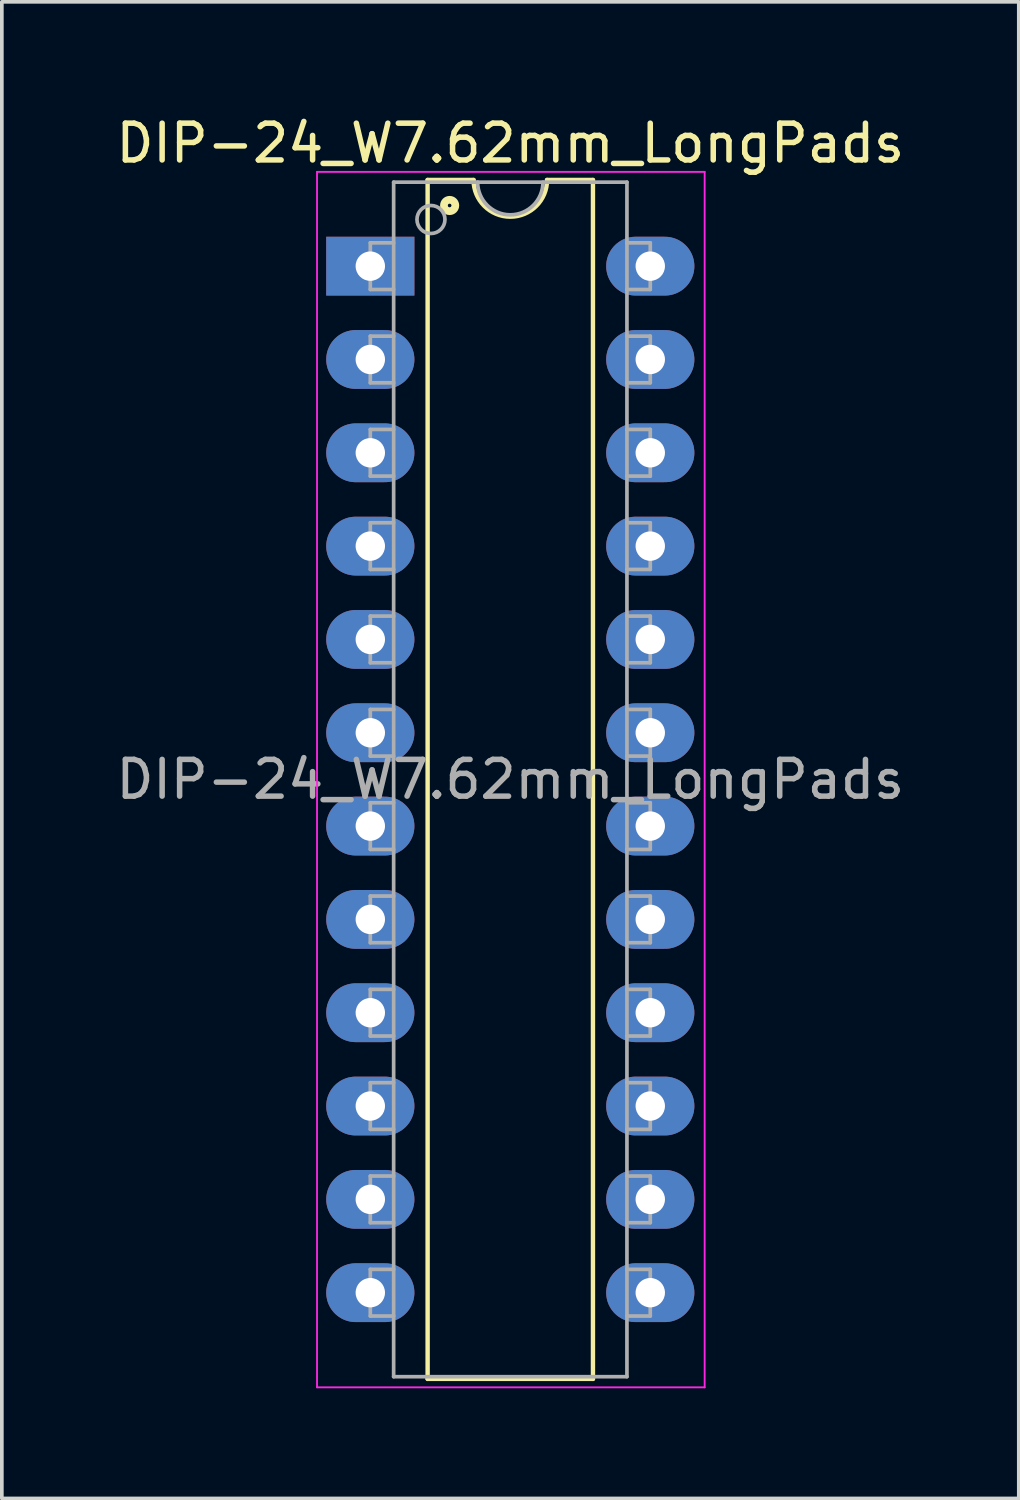
<source format=kicad_pcb>
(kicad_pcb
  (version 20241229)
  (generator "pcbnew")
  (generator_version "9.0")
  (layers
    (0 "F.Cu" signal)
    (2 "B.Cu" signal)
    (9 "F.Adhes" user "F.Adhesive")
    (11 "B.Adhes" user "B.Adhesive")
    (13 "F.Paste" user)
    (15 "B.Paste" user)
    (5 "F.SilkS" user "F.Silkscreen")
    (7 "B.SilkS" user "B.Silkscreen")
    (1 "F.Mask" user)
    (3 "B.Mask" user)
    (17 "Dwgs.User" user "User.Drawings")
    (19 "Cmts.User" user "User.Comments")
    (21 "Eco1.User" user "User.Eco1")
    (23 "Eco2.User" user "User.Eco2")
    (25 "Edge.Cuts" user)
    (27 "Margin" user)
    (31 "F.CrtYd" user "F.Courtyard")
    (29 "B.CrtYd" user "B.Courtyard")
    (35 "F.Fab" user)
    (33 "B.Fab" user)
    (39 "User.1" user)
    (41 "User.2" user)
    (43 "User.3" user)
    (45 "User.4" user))
  (footprint "DIP-24_W7.62mm_LongPads"
    (layer "F.Cu")
    (at 7.029 4.194)
    (property "Reference" "DIP-24_W7.62mm_LongPads" (at 3.81 -3.346 0) (layer "F.SilkS") (effects (font (size 1 1) (thickness 0.15))))
    (attr through_hole)
    (fp_line (start 1.56 -2.346) (end 1.56 30.286) (stroke (width 0.12) (type solid)) (layer "F.SilkS"))
    (fp_line (start 1.56 30.286) (end 6.06 30.286) (stroke (width 0.12) (type solid)) (layer "F.SilkS"))
    (fp_line (start 2.81 -2.346) (end 1.56 -2.346) (stroke (width 0.12) (type solid)) (layer "F.SilkS"))
    (fp_line (start 6.06 -2.346) (end 4.81 -2.346) (stroke (width 0.12) (type solid)) (layer "F.SilkS"))
    (fp_line (start 6.06 30.286) (end 6.06 -2.346) (stroke (width 0.12) (type solid)) (layer "F.SilkS"))
    (fp_arc (start 4.81 -2.346) (mid 3.81 -1.346) (end 2.81 -2.346) (stroke (width 0.12) (type solid)) (layer "F.SilkS"))
    (fp_circle (center 2.159 -1.651) (end 2.209 -1.651) (stroke (width 0.12) (type solid)) (fill no) (layer "F.SilkS"))
    (fp_circle (center 2.159 -1.651) (end 2.284 -1.651) (stroke (width 0.12) (type solid)) (fill no) (layer "F.SilkS"))
    (fp_circle (center 2.159 -1.651) (end 2.359 -1.651) (stroke (width 0.12) (type solid)) (fill no) (layer "F.SilkS"))
    (fp_line (start -1.45 -2.566) (end -1.45 30.516) (stroke (width 0.05) (type solid)) (layer "F.CrtYd"))
    (fp_line (start -1.45 30.516) (end 9.1 30.516) (stroke (width 0.05) (type solid)) (layer "F.CrtYd"))
    (fp_line (start 9.1 -2.566) (end -1.45 -2.566) (stroke (width 0.05) (type solid)) (layer "F.CrtYd"))
    (fp_line (start 9.1 30.516) (end 9.1 -2.566) (stroke (width 0.05) (type solid)) (layer "F.CrtYd"))
    (fp_line (start 0 -0.635) (end 0 0.635) (stroke (width 0.1) (type solid)) (layer "F.Fab"))
    (fp_line (start 0 -0.635) (end 0.635 -0.635) (stroke (width 0.1) (type solid)) (layer "F.Fab"))
    (fp_line (start 0 0.635) (end 0.635 0.635) (stroke (width 0.1) (type solid)) (layer "F.Fab"))
    (fp_line (start 0 1.905) (end 0 3.175) (stroke (width 0.1) (type solid)) (layer "F.Fab"))
    (fp_line (start 0 1.905) (end 0.635 1.905) (stroke (width 0.1) (type solid)) (layer "F.Fab"))
    (fp_line (start 0 3.175) (end 0.635 3.175) (stroke (width 0.1) (type solid)) (layer "F.Fab"))
    (fp_line (start 0 4.445) (end 0 5.715) (stroke (width 0.1) (type solid)) (layer "F.Fab"))
    (fp_line (start 0 4.445) (end 0.635 4.445) (stroke (width 0.1) (type solid)) (layer "F.Fab"))
    (fp_line (start 0 5.715) (end 0.635 5.715) (stroke (width 0.1) (type solid)) (layer "F.Fab"))
    (fp_line (start 0 6.985) (end 0 8.255) (stroke (width 0.1) (type solid)) (layer "F.Fab"))
    (fp_line (start 0 6.985) (end 0.635 6.985) (stroke (width 0.1) (type solid)) (layer "F.Fab"))
    (fp_line (start 0 8.255) (end 0.635 8.255) (stroke (width 0.1) (type solid)) (layer "F.Fab"))
    (fp_line (start 0 9.525) (end 0 10.795) (stroke (width 0.1) (type solid)) (layer "F.Fab"))
    (fp_line (start 0 9.525) (end 0.635 9.525) (stroke (width 0.1) (type solid)) (layer "F.Fab"))
    (fp_line (start 0 10.795) (end 0.635 10.795) (stroke (width 0.1) (type solid)) (layer "F.Fab"))
    (fp_line (start 0 12.065) (end 0 13.335) (stroke (width 0.1) (type solid)) (layer "F.Fab"))
    (fp_line (start 0 12.065) (end 0.635 12.065) (stroke (width 0.1) (type solid)) (layer "F.Fab"))
    (fp_line (start 0 13.335) (end 0.635 13.335) (stroke (width 0.1) (type solid)) (layer "F.Fab"))
    (fp_line (start 0 14.605) (end 0 15.875) (stroke (width 0.1) (type solid)) (layer "F.Fab"))
    (fp_line (start 0 14.605) (end 0.635 14.605) (stroke (width 0.1) (type solid)) (layer "F.Fab"))
    (fp_line (start 0 15.875) (end 0.635 15.875) (stroke (width 0.1) (type solid)) (layer "F.Fab"))
    (fp_line (start 0 17.145) (end 0 18.415) (stroke (width 0.1) (type solid)) (layer "F.Fab"))
    (fp_line (start 0 17.145) (end 0.635 17.145) (stroke (width 0.1) (type solid)) (layer "F.Fab"))
    (fp_line (start 0 18.415) (end 0.635 18.415) (stroke (width 0.1) (type solid)) (layer "F.Fab"))
    (fp_line (start 0 19.685) (end 0 20.955) (stroke (width 0.1) (type solid)) (layer "F.Fab"))
    (fp_line (start 0 19.685) (end 0.635 19.685) (stroke (width 0.1) (type solid)) (layer "F.Fab"))
    (fp_line (start 0 20.955) (end 0.635 20.955) (stroke (width 0.1) (type solid)) (layer "F.Fab"))
    (fp_line (start 0 22.225) (end 0 23.495) (stroke (width 0.1) (type solid)) (layer "F.Fab"))
    (fp_line (start 0 22.225) (end 0.635 22.225) (stroke (width 0.1) (type solid)) (layer "F.Fab"))
    (fp_line (start 0 23.495) (end 0.635 23.495) (stroke (width 0.1) (type solid)) (layer "F.Fab"))
    (fp_line (start 0 24.765) (end 0 26.035) (stroke (width 0.1) (type solid)) (layer "F.Fab"))
    (fp_line (start 0 24.765) (end 0.635 24.765) (stroke (width 0.1) (type solid)) (layer "F.Fab"))
    (fp_line (start 0 26.035) (end 0.635 26.035) (stroke (width 0.1) (type solid)) (layer "F.Fab"))
    (fp_line (start 0 27.305) (end 0 28.575) (stroke (width 0.1) (type solid)) (layer "F.Fab"))
    (fp_line (start 0 27.305) (end 0.635 27.305) (stroke (width 0.1) (type solid)) (layer "F.Fab"))
    (fp_line (start 0 28.575) (end 0.635 28.575) (stroke (width 0.1) (type solid)) (layer "F.Fab"))
    (fp_line (start 0.635 -2.286) (end 6.985 -2.286) (stroke (width 0.1) (type solid)) (layer "F.Fab"))
    (fp_line (start 0.635 30.226) (end 0.635 -2.286) (stroke (width 0.1) (type solid)) (layer "F.Fab"))
    (fp_line (start 6.985 -2.286) (end 6.985 30.226) (stroke (width 0.1) (type solid)) (layer "F.Fab"))
    (fp_line (start 6.985 30.226) (end 0.635 30.226) (stroke (width 0.1) (type solid)) (layer "F.Fab"))
    (fp_line (start 7.62 -0.635) (end 6.985 -0.635) (stroke (width 0.1) (type solid)) (layer "F.Fab"))
    (fp_line (start 7.62 0.635) (end 6.985 0.635) (stroke (width 0.1) (type solid)) (layer "F.Fab"))
    (fp_line (start 7.62 0.635) (end 7.62 -0.635) (stroke (width 0.1) (type solid)) (layer "F.Fab"))
    (fp_line (start 7.62 1.905) (end 6.985 1.905) (stroke (width 0.1) (type solid)) (layer "F.Fab"))
    (fp_line (start 7.62 3.175) (end 6.985 3.175) (stroke (width 0.1) (type solid)) (layer "F.Fab"))
    (fp_line (start 7.62 3.175) (end 7.62 1.905) (stroke (width 0.1) (type solid)) (layer "F.Fab"))
    (fp_line (start 7.62 4.445) (end 6.985 4.445) (stroke (width 0.1) (type solid)) (layer "F.Fab"))
    (fp_line (start 7.62 5.715) (end 6.985 5.715) (stroke (width 0.1) (type solid)) (layer "F.Fab"))
    (fp_line (start 7.62 5.715) (end 7.62 4.445) (stroke (width 0.1) (type solid)) (layer "F.Fab"))
    (fp_line (start 7.62 6.985) (end 6.985 6.985) (stroke (width 0.1) (type solid)) (layer "F.Fab"))
    (fp_line (start 7.62 8.255) (end 6.985 8.255) (stroke (width 0.1) (type solid)) (layer "F.Fab"))
    (fp_line (start 7.62 8.255) (end 7.62 6.985) (stroke (width 0.1) (type solid)) (layer "F.Fab"))
    (fp_line (start 7.62 9.525) (end 6.985 9.525) (stroke (width 0.1) (type solid)) (layer "F.Fab"))
    (fp_line (start 7.62 10.795) (end 6.985 10.795) (stroke (width 0.1) (type solid)) (layer "F.Fab"))
    (fp_line (start 7.62 10.795) (end 7.62 9.525) (stroke (width 0.1) (type solid)) (layer "F.Fab"))
    (fp_line (start 7.62 12.065) (end 6.985 12.065) (stroke (width 0.1) (type solid)) (layer "F.Fab"))
    (fp_line (start 7.62 13.335) (end 6.985 13.335) (stroke (width 0.1) (type solid)) (layer "F.Fab"))
    (fp_line (start 7.62 13.335) (end 7.62 12.065) (stroke (width 0.1) (type solid)) (layer "F.Fab"))
    (fp_line (start 7.62 14.605) (end 6.985 14.605) (stroke (width 0.1) (type solid)) (layer "F.Fab"))
    (fp_line (start 7.62 15.875) (end 6.985 15.875) (stroke (width 0.1) (type solid)) (layer "F.Fab"))
    (fp_line (start 7.62 15.875) (end 7.62 14.605) (stroke (width 0.1) (type solid)) (layer "F.Fab"))
    (fp_line (start 7.62 17.145) (end 6.985 17.145) (stroke (width 0.1) (type solid)) (layer "F.Fab"))
    (fp_line (start 7.62 18.415) (end 6.985 18.415) (stroke (width 0.1) (type solid)) (layer "F.Fab"))
    (fp_line (start 7.62 18.415) (end 7.62 17.145) (stroke (width 0.1) (type solid)) (layer "F.Fab"))
    (fp_line (start 7.62 19.685) (end 6.985 19.685) (stroke (width 0.1) (type solid)) (layer "F.Fab"))
    (fp_line (start 7.62 20.955) (end 6.985 20.955) (stroke (width 0.1) (type solid)) (layer "F.Fab"))
    (fp_line (start 7.62 20.955) (end 7.62 19.685) (stroke (width 0.1) (type solid)) (layer "F.Fab"))
    (fp_line (start 7.62 22.225) (end 6.985 22.225) (stroke (width 0.1) (type solid)) (layer "F.Fab"))
    (fp_line (start 7.62 23.495) (end 6.985 23.495) (stroke (width 0.1) (type solid)) (layer "F.Fab"))
    (fp_line (start 7.62 23.495) (end 7.62 22.225) (stroke (width 0.1) (type solid)) (layer "F.Fab"))
    (fp_line (start 7.62 24.765) (end 6.985 24.765) (stroke (width 0.1) (type solid)) (layer "F.Fab"))
    (fp_line (start 7.62 26.035) (end 6.985 26.035) (stroke (width 0.1) (type solid)) (layer "F.Fab"))
    (fp_line (start 7.62 26.035) (end 7.62 24.765) (stroke (width 0.1) (type solid)) (layer "F.Fab"))
    (fp_line (start 7.62 27.305) (end 6.985 27.305) (stroke (width 0.1) (type solid)) (layer "F.Fab"))
    (fp_line (start 7.62 28.575) (end 6.985 28.575) (stroke (width 0.1) (type solid)) (layer "F.Fab"))
    (fp_line (start 7.62 28.575) (end 7.62 27.305) (stroke (width 0.1) (type solid)) (layer "F.Fab"))
    (fp_arc (start 4.699 -2.286) (mid 3.81 -1.397) (end 2.921 -2.286) (stroke (width 0.1) (type solid)) (layer "F.Fab"))
    (fp_circle (center 1.651 -1.27) (end 2.032 -1.27) (stroke (width 0.1) (type solid)) (fill no) (layer "F.Fab"))
    (fp_text user "${REFERENCE}" (at 3.81 13.97 0) (layer "F.Fab") (effects (font (size 1 1) (thickness 0.15))))
    (pad "1" thru_hole rect (at 0 0) (size 2.4 1.6) (drill 0.8) (layers "*.Cu" "*.Mask"))
    (pad "2" thru_hole oval (at 0 2.54) (size 2.4 1.6) (drill 0.8) (layers "*.Cu" "*.Mask"))
    (pad "3" thru_hole oval (at 0 5.08) (size 2.4 1.6) (drill 0.8) (layers "*.Cu" "*.Mask"))
    (pad "4" thru_hole oval (at 0 7.62) (size 2.4 1.6) (drill 0.8) (layers "*.Cu" "*.Mask"))
    (pad "5" thru_hole oval (at 0 10.16) (size 2.4 1.6) (drill 0.8) (layers "*.Cu" "*.Mask"))
    (pad "6" thru_hole oval (at 0 12.7) (size 2.4 1.6) (drill 0.8) (layers "*.Cu" "*.Mask"))
    (pad "7" thru_hole oval (at 0 15.24) (size 2.4 1.6) (drill 0.8) (layers "*.Cu" "*.Mask"))
    (pad "8" thru_hole oval (at 0 17.78) (size 2.4 1.6) (drill 0.8) (layers "*.Cu" "*.Mask"))
    (pad "9" thru_hole oval (at 0 20.32) (size 2.4 1.6) (drill 0.8) (layers "*.Cu" "*.Mask"))
    (pad "10" thru_hole oval (at 0 22.86) (size 2.4 1.6) (drill 0.8) (layers "*.Cu" "*.Mask"))
    (pad "11" thru_hole oval (at 0 25.4) (size 2.4 1.6) (drill 0.8) (layers "*.Cu" "*.Mask"))
    (pad "12" thru_hole oval (at 0 27.94) (size 2.4 1.6) (drill 0.8) (layers "*.Cu" "*.Mask"))
    (pad "13" thru_hole oval (at 7.62 27.94) (size 2.4 1.6) (drill 0.8) (layers "*.Cu" "*.Mask"))
    (pad "14" thru_hole oval (at 7.62 25.4) (size 2.4 1.6) (drill 0.8) (layers "*.Cu" "*.Mask"))
    (pad "15" thru_hole oval (at 7.62 22.86) (size 2.4 1.6) (drill 0.8) (layers "*.Cu" "*.Mask"))
    (pad "16" thru_hole oval (at 7.62 20.32) (size 2.4 1.6) (drill 0.8) (layers "*.Cu" "*.Mask"))
    (pad "17" thru_hole oval (at 7.62 17.78) (size 2.4 1.6) (drill 0.8) (layers "*.Cu" "*.Mask"))
    (pad "18" thru_hole oval (at 7.62 15.24) (size 2.4 1.6) (drill 0.8) (layers "*.Cu" "*.Mask"))
    (pad "19" thru_hole oval (at 7.62 12.7) (size 2.4 1.6) (drill 0.8) (layers "*.Cu" "*.Mask"))
    (pad "20" thru_hole oval (at 7.62 10.16) (size 2.4 1.6) (drill 0.8) (layers "*.Cu" "*.Mask"))
    (pad "21" thru_hole oval (at 7.62 7.62) (size 2.4 1.6) (drill 0.8) (layers "*.Cu" "*.Mask"))
    (pad "22" thru_hole oval (at 7.62 5.08) (size 2.4 1.6) (drill 0.8) (layers "*.Cu" "*.Mask"))
    (pad "23" thru_hole oval (at 7.62 2.54) (size 2.4 1.6) (drill 0.8) (layers "*.Cu" "*.Mask"))
    (pad "24" thru_hole oval (at 7.62 0) (size 2.4 1.6) (drill 0.8) (layers "*.Cu" "*.Mask")))
  (gr_rect
    (start -3 -3)
    (end 24.679 37.735)
    (stroke (width 0.1) (type default))
    (fill no)
    (layer "Edge.Cuts")))
</source>
